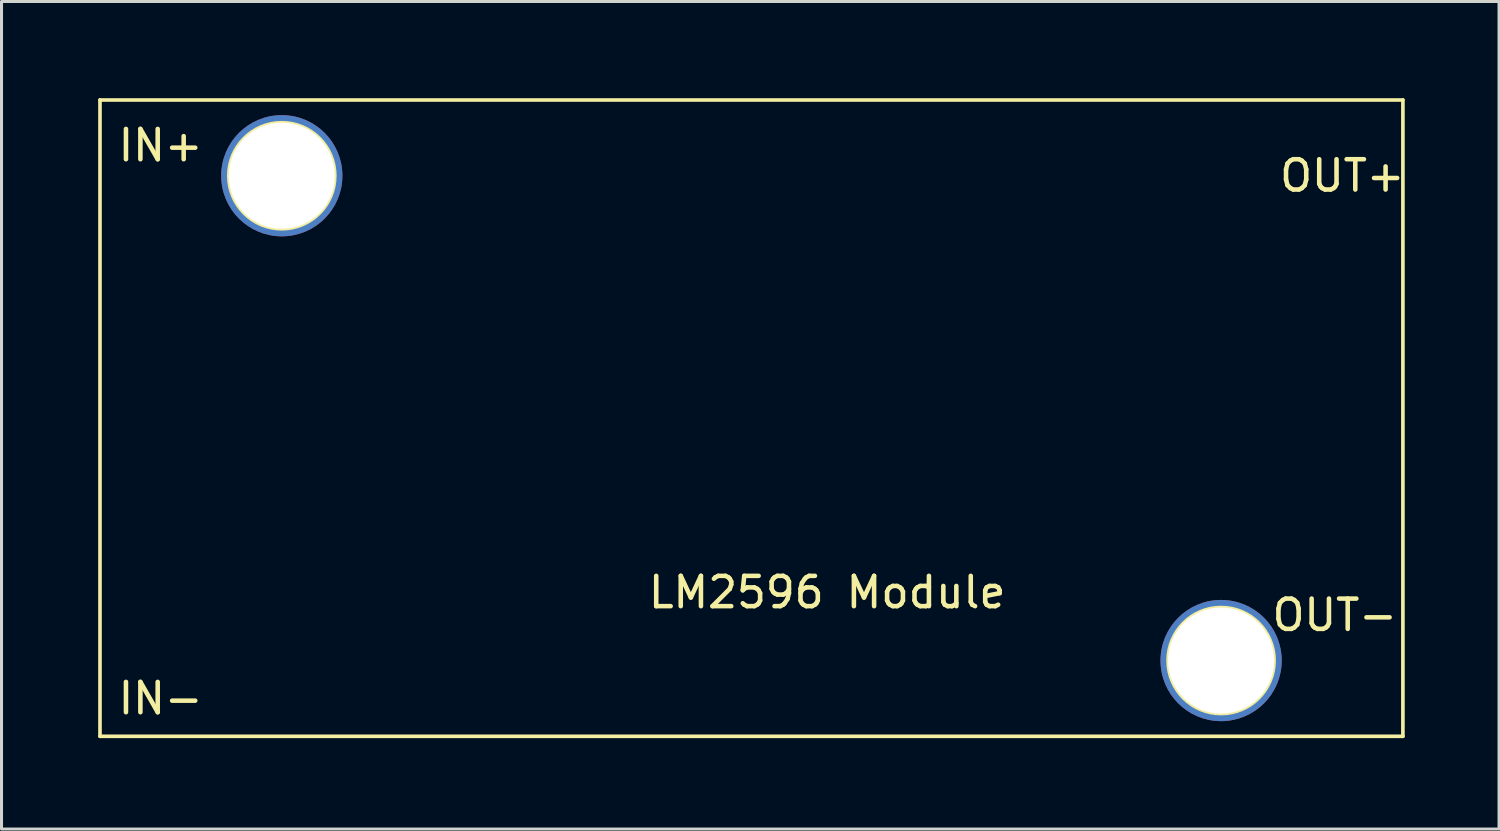
<source format=kicad_pcb>
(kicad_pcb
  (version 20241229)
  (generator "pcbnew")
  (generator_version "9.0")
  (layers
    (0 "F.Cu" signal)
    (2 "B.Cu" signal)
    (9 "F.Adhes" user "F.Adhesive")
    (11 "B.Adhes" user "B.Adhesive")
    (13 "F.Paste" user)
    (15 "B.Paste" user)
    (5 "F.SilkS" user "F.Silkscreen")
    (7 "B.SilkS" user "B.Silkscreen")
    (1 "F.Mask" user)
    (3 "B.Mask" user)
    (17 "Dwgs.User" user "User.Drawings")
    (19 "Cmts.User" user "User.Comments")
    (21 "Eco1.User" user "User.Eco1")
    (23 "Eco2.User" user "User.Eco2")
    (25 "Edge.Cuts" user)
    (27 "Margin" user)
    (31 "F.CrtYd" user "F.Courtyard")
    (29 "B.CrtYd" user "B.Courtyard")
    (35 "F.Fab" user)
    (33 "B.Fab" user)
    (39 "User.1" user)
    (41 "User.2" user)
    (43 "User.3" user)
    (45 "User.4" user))
  (footprint "LM2596 Module"
    (layer "F.Cu")
    (at 0.25 0.25)
    (property "Reference" "LM2596 Module" (at 24 16.25 0) (layer "F.SilkS") (effects (font (size 1 1) (thickness 0.15))))
    (attr through_hole)
    (fp_line (start 0 0) (end 0 21) (stroke (width 0.12) (type solid)) (layer "F.SilkS"))
    (fp_line (start 0 21) (end 43 21) (stroke (width 0.12) (type solid)) (layer "F.SilkS"))
    (fp_line (start 43 0) (end 0 0) (stroke (width 0.12) (type solid)) (layer "F.SilkS"))
    (fp_line (start 43 21) (end 43 0) (stroke (width 0.12) (type solid)) (layer "F.SilkS"))
    (fp_circle (center 6 2.5) (end 4.25 2.5) (stroke (width 0.12) (type solid)) (fill no) (layer "F.SilkS"))
    (fp_circle (center 37 18.5) (end 35.25 18.5) (stroke (width 0.12) (type solid)) (fill no) (layer "F.SilkS"))
    (fp_text user "IN+" (at 2 1.5 0) (layer "F.SilkS") (effects (font (size 1 1) (thickness 0.15))))
    (fp_text user "OUT-" (at 40.75 17 0) (layer "F.SilkS") (effects (font (size 1 1) (thickness 0.15))))
    (fp_text user "OUT+" (at 41 2.5 0) (layer "F.SilkS") (effects (font (size 1 1) (thickness 0.15))))
    (fp_text user "IN-" (at 2 19.75 0) (layer "F.SilkS") (effects (font (size 1 1) (thickness 0.15))))
    (pad "" thru_hole circle (at 6 2.5) (size 4 4) (drill 3.5) (layers "*.Cu" "*.Mask"))
    (pad "" thru_hole circle (at 37 18.5) (size 4 4) (drill 3.5) (layers "*.Cu" "*.Mask")))
  (gr_rect
    (start -3 -3)
    (end 46.423 24.31)
    (stroke (width 0.1) (type default))
    (fill no)
    (layer "Edge.Cuts")))
</source>
